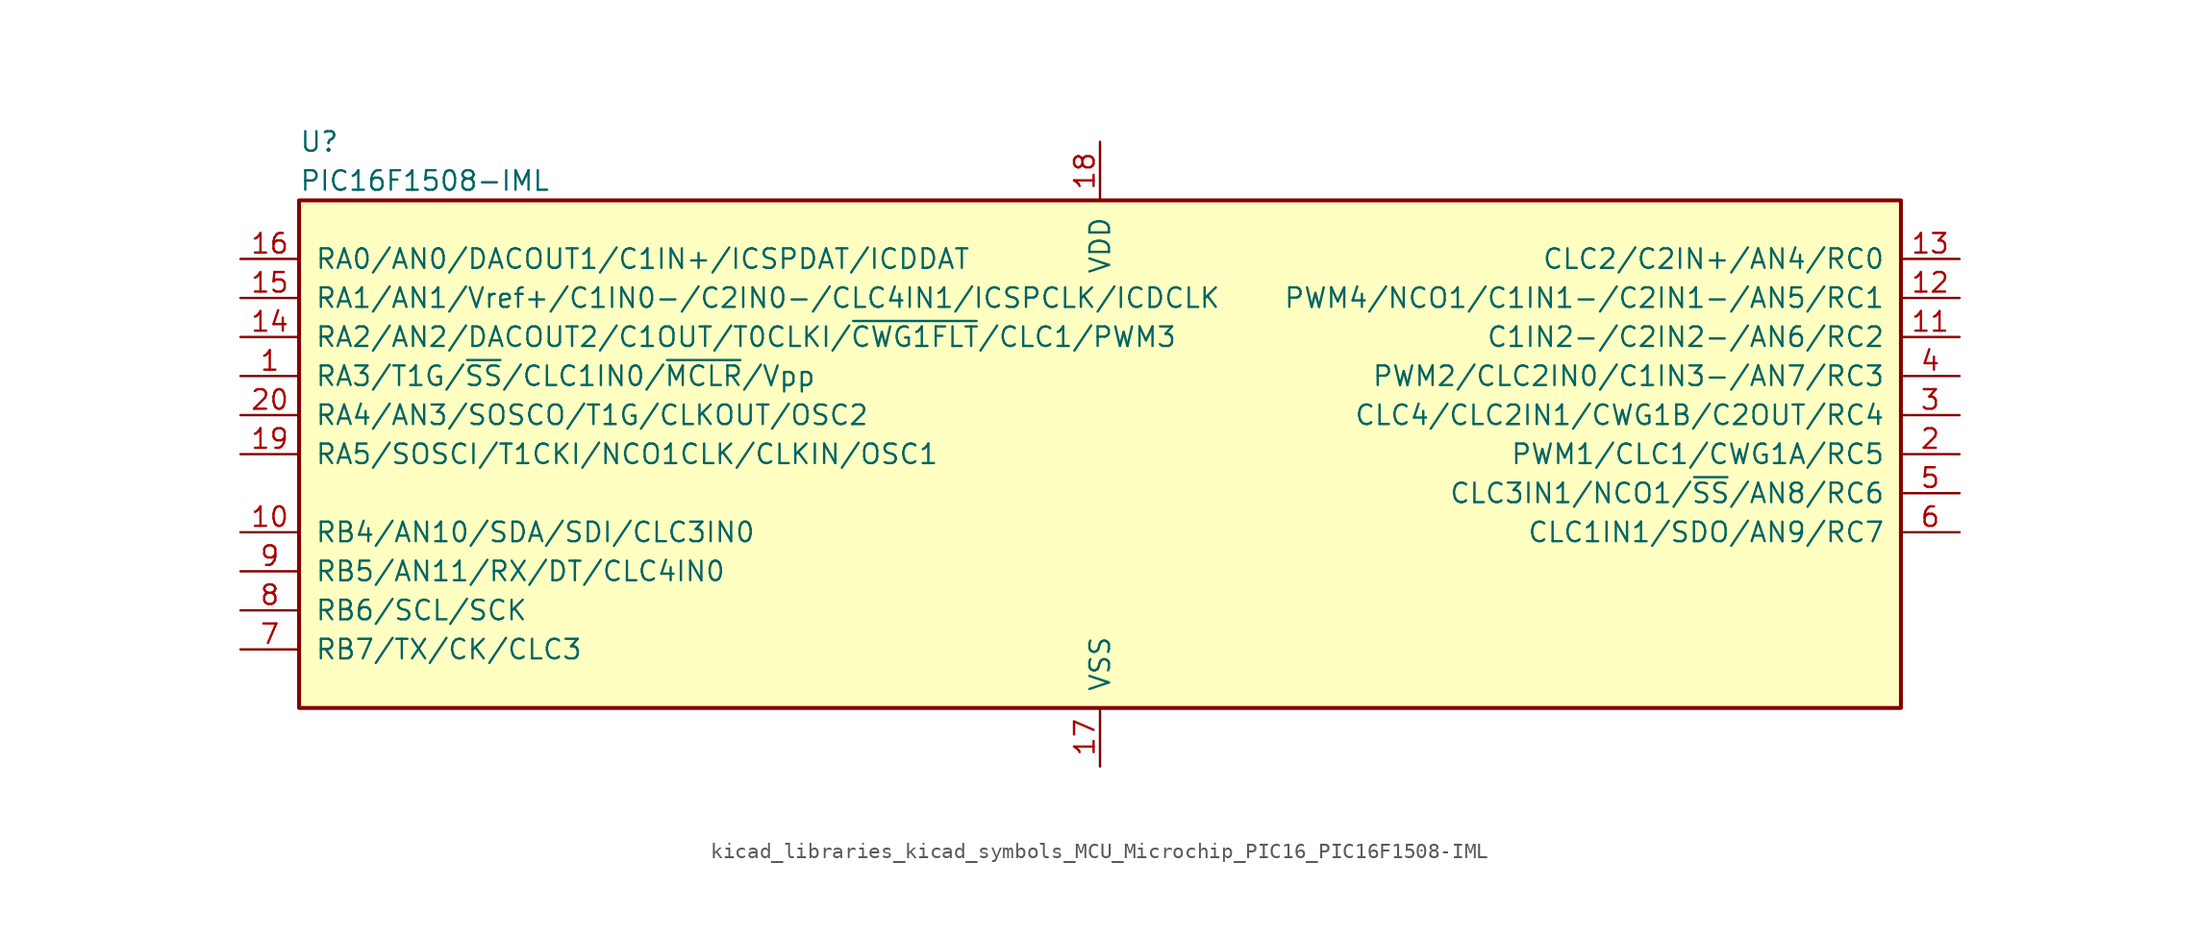
<source format=kicad_sym>
(kicad_symbol_lib
  (version 20220914)
  (generator kicad_symbol_editor)
  (symbol "kicad_libraries_kicad_symbols_MCU_Microchip_PIC16_PIC16F1508-IML"
    (pin_names
      (offset 1.016))
    (property "Reference" "U"
      (at -52.07 20.32 0)
      (effects (font (size 1.27 1.27)) (justify left)))
    (property "Value" "PIC16F1508-IML"
      (at -52.07 17.78 0)
      (effects (font (size 1.27 1.27)) (justify left)))
    (symbol "kicad_libraries_kicad_symbols_MCU_Microchip_PIC16_PIC16F1508-IML_0_1"
      (rectangle (start -52.07 16.51) (end 52.07 -16.51) (stroke (width 0.254) (type default)) (fill (type background))))
    (symbol "kicad_libraries_kicad_symbols_MCU_Microchip_PIC16_PIC16F1508-IML_1_1"
      (pin input line (at -55.88 5.08 0) (length 3.81) (name "RA3/T1G/~{SS}/CLC1IN0/~{MCLR}/Vpp" (effects (font (size 1.27 1.27)))) (number "1" (effects (font (size 1.27 1.27)))))
      (pin bidirectional line (at -55.88 -5.08 0) (length 3.81) (name "RB4/AN10/SDA/SDI/CLC3IN0" (effects (font (size 1.27 1.27)))) (number "10" (effects (font (size 1.27 1.27)))))
      (pin bidirectional line (at 55.88 7.62 180) (length 3.81) (name "C1IN2-/C2IN2-/AN6/RC2" (effects (font (size 1.27 1.27)))) (number "11" (effects (font (size 1.27 1.27)))))
      (pin bidirectional line (at 55.88 10.16 180) (length 3.81) (name "PWM4/NCO1/C1IN1-/C2IN1-/AN5/RC1" (effects (font (size 1.27 1.27)))) (number "12" (effects (font (size 1.27 1.27)))))
      (pin bidirectional line (at 55.88 12.7 180) (length 3.81) (name "CLC2/C2IN+/AN4/RC0" (effects (font (size 1.27 1.27)))) (number "13" (effects (font (size 1.27 1.27)))))
      (pin bidirectional line (at -55.88 7.62 0) (length 3.81) (name "RA2/AN2/DACOUT2/C1OUT/T0CLKI/~{CWG1FLT}/CLC1/PWM3" (effects (font (size 1.27 1.27)))) (number "14" (effects (font (size 1.27 1.27)))))
      (pin bidirectional line (at -55.88 10.16 0) (length 3.81) (name "RA1/AN1/Vref+/C1IN0-/C2IN0-/CLC4IN1/ICSPCLK/ICDCLK" (effects (font (size 1.27 1.27)))) (number "15" (effects (font (size 1.27 1.27)))))
      (pin bidirectional line (at -55.88 12.7 0) (length 3.81) (name "RA0/AN0/DACOUT1/C1IN+/ICSPDAT/ICDDAT" (effects (font (size 1.27 1.27)))) (number "16" (effects (font (size 1.27 1.27)))))
      (pin power_in line (at 0 -20.32 90) (length 3.81) (name "VSS" (effects (font (size 1.27 1.27)))) (number "17" (effects (font (size 1.27 1.27)))))
      (pin power_in line (at 0 20.32 270) (length 3.81) (name "VDD" (effects (font (size 1.27 1.27)))) (number "18" (effects (font (size 1.27 1.27)))))
      (pin bidirectional line (at -55.88 0 0) (length 3.81) (name "RA5/SOSCI/T1CKI/NCO1CLK/CLKIN/OSC1" (effects (font (size 1.27 1.27)))) (number "19" (effects (font (size 1.27 1.27)))))
      (pin bidirectional line (at 55.88 0 180) (length 3.81) (name "PWM1/CLC1/CWG1A/RC5" (effects (font (size 1.27 1.27)))) (number "2" (effects (font (size 1.27 1.27)))))
      (pin bidirectional line (at -55.88 2.54 0) (length 3.81) (name "RA4/AN3/SOSCO/T1G/CLKOUT/OSC2" (effects (font (size 1.27 1.27)))) (number "20" (effects (font (size 1.27 1.27)))))
      (pin bidirectional line (at 55.88 2.54 180) (length 3.81) (name "CLC4/CLC2IN1/CWG1B/C2OUT/RC4" (effects (font (size 1.27 1.27)))) (number "3" (effects (font (size 1.27 1.27)))))
      (pin bidirectional line (at 55.88 5.08 180) (length 3.81) (name "PWM2/CLC2IN0/C1IN3-/AN7/RC3" (effects (font (size 1.27 1.27)))) (number "4" (effects (font (size 1.27 1.27)))))
      (pin bidirectional line (at 55.88 -2.54 180) (length 3.81) (name "CLC3IN1/NCO1/~{SS}/AN8/RC6" (effects (font (size 1.27 1.27)))) (number "5" (effects (font (size 1.27 1.27)))))
      (pin bidirectional line (at 55.88 -5.08 180) (length 3.81) (name "CLC1IN1/SDO/AN9/RC7" (effects (font (size 1.27 1.27)))) (number "6" (effects (font (size 1.27 1.27)))))
      (pin bidirectional line (at -55.88 -12.7 0) (length 3.81) (name "RB7/TX/CK/CLC3" (effects (font (size 1.27 1.27)))) (number "7" (effects (font (size 1.27 1.27)))))
      (pin bidirectional line (at -55.88 -10.16 0) (length 3.81) (name "RB6/SCL/SCK" (effects (font (size 1.27 1.27)))) (number "8" (effects (font (size 1.27 1.27)))))
      (pin bidirectional line (at -55.88 -7.62 0) (length 3.81) (name "RB5/AN11/RX/DT/CLC4IN0" (effects (font (size 1.27 1.27)))) (number "9" (effects (font (size 1.27 1.27))))))))
</source>
